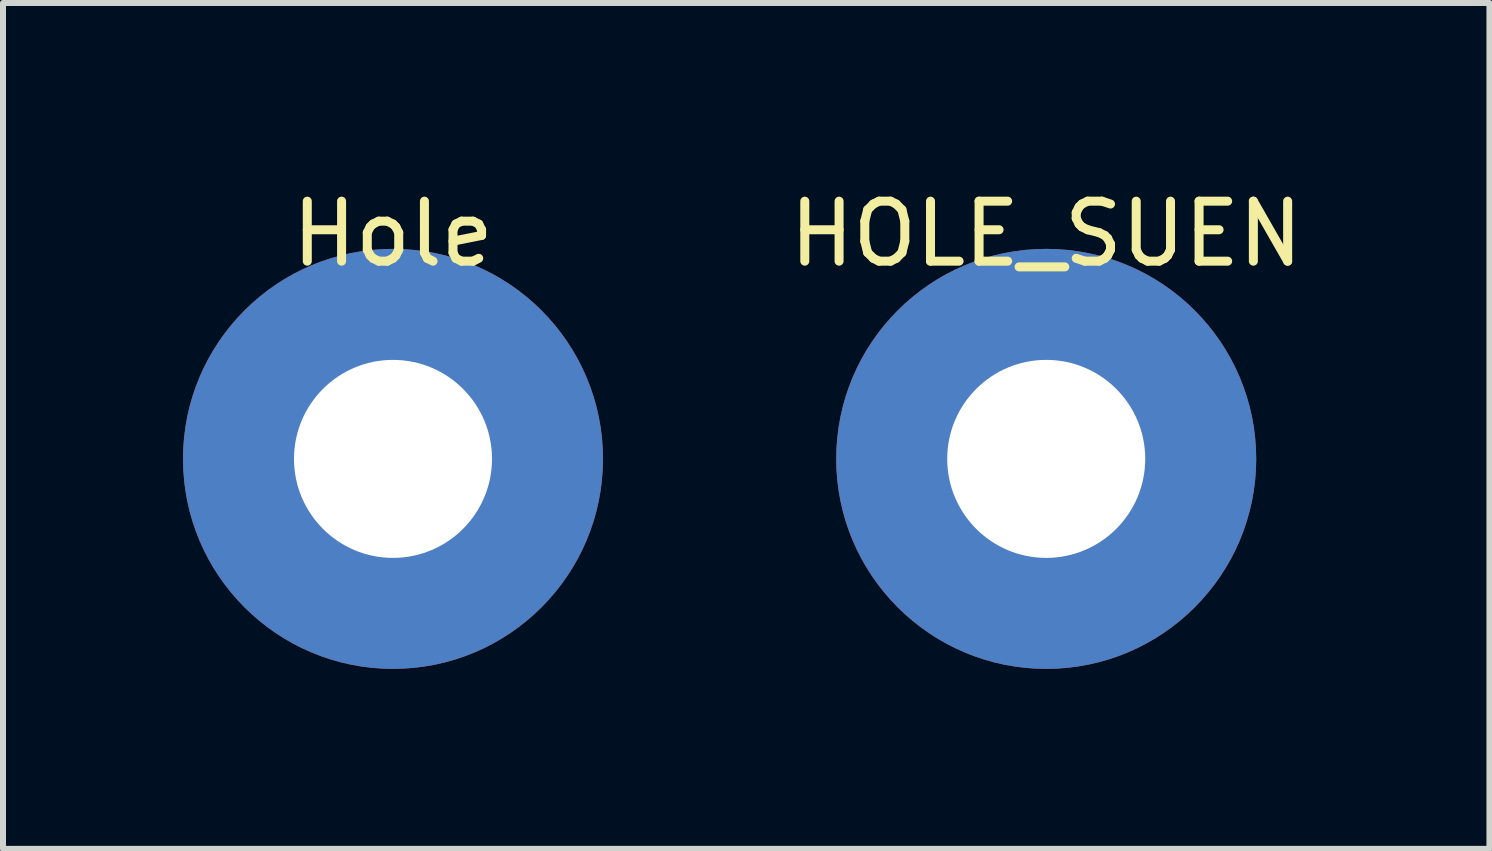
<source format=kicad_pcb>
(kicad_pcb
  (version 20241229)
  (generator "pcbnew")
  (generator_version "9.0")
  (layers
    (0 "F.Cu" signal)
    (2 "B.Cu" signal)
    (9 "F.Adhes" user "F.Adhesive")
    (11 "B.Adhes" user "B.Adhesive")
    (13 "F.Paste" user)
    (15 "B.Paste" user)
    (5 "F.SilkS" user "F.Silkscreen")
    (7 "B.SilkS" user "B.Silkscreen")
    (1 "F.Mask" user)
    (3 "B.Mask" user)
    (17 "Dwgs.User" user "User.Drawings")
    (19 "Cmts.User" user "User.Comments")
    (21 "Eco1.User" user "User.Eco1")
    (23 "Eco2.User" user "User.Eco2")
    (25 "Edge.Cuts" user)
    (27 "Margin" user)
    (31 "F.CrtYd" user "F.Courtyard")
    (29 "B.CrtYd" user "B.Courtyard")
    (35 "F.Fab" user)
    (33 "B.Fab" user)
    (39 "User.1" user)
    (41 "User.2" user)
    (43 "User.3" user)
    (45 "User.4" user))
  (footprint "HOLE_SUEN"
    (layer "F.Cu")
    (at 14.387 4.598)
    (property "Reference" "HOLE_SUEN" (at 0 -3.75 0) (layer "F.SilkS") (effects (font (size 1 1) (thickness 0.15))))
    (attr through_hole)
    (pad "1" thru_hole circle (at 0 0) (size 7 7) (drill 3.3) (layers "*.Cu" "*.Mask")))
  (footprint "Hole"
    (layer "F.Cu")
    (at 3.5 4.598)
    (property "Reference" "Hole" (at 0 -3.75 0) (layer "F.SilkS") (effects (font (size 1 1) (thickness 0.15))))
    (attr through_hole)
    (pad "1" thru_hole circle (at 0 0) (size 7 7) (drill 3.3) (layers "*.Cu" "*.Mask")))
  (gr_rect
    (start -3 -3)
    (end 21.774 11.098)
    (stroke (width 0.1) (type default))
    (fill no)
    (layer "Edge.Cuts")))
</source>
